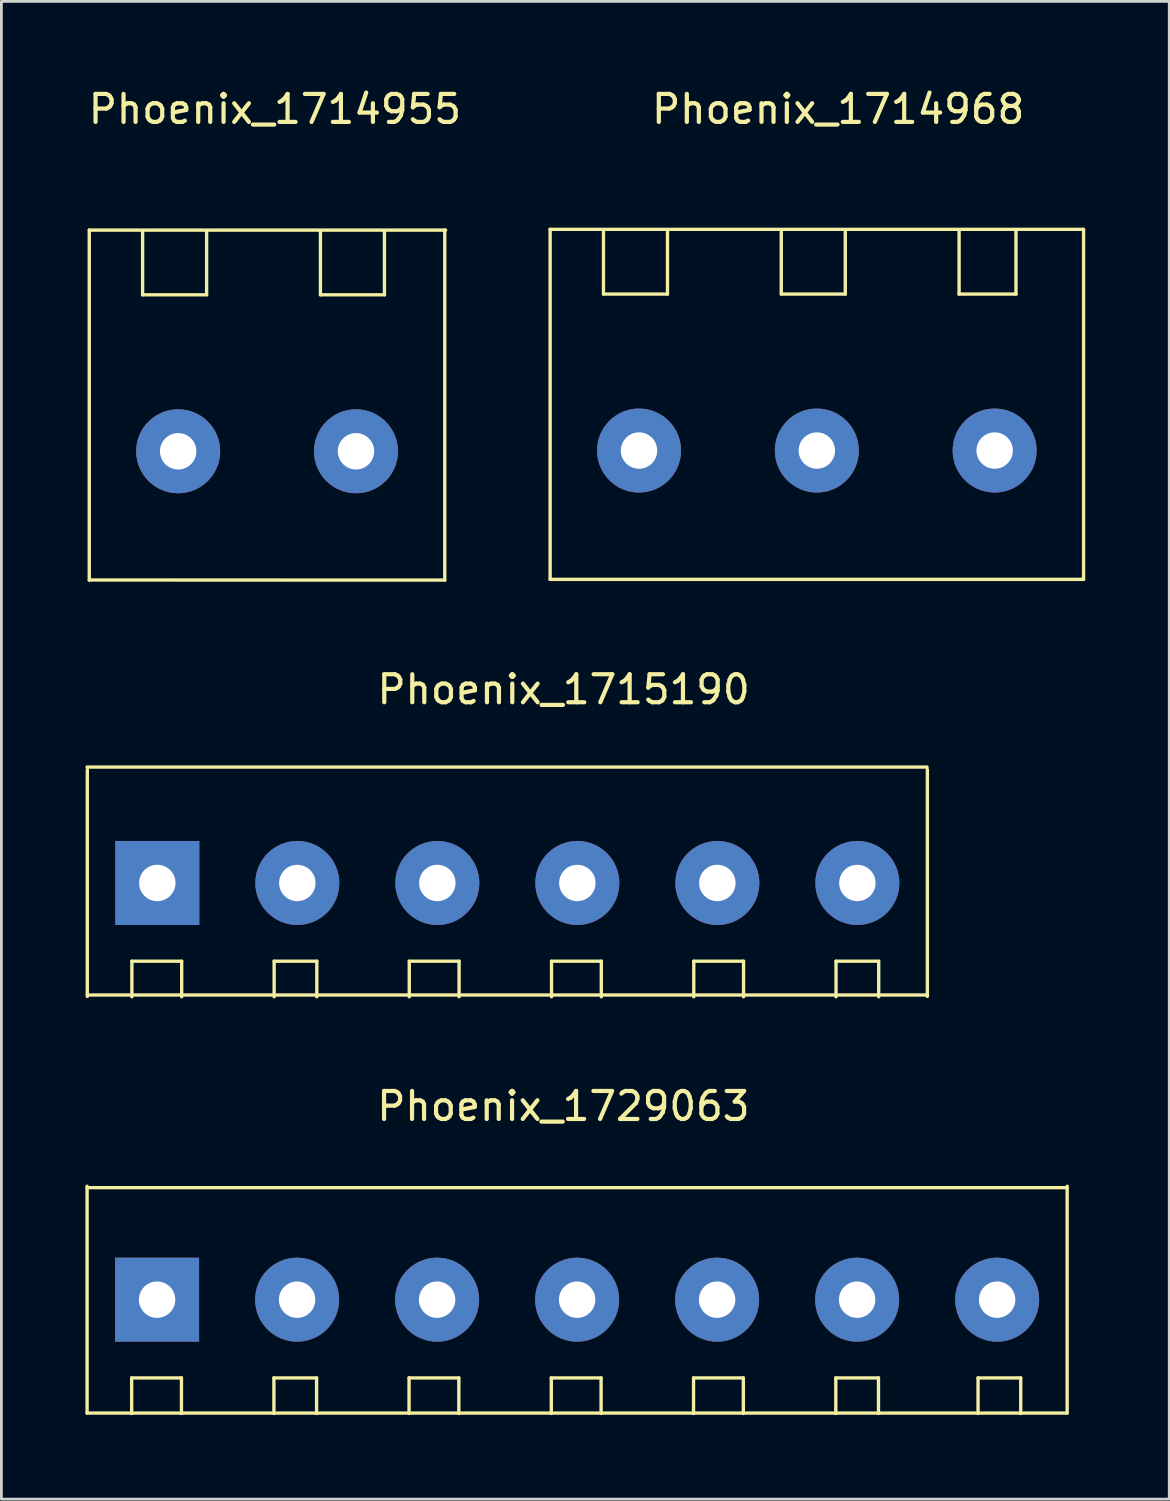
<source format=kicad_pcb>
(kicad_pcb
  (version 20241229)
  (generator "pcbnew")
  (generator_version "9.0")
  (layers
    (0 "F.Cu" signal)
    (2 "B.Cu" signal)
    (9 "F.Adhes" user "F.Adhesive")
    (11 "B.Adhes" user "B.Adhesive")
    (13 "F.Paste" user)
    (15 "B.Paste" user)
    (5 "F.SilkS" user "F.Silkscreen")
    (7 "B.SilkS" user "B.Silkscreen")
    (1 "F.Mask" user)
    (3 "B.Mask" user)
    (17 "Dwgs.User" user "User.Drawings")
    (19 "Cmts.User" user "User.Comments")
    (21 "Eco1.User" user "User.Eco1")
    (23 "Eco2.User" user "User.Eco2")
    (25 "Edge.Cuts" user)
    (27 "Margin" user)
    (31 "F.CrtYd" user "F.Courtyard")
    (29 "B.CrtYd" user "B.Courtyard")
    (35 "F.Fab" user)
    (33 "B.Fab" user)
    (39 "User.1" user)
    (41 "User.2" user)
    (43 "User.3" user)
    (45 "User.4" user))
  (footprint "Phoenix_1729063"
    (layer "F.Cu")
    (at 27.56 43.364)
    (property "Reference" "Phoenix_1729063" (at -10.49 -6.909 0) (layer "F.SilkS") (effects (font (size 1 1) (thickness 0.15))))
    (attr through_hole)
    (fp_line (start -27.5 -4) (end 7.5 -4) (stroke (width 0.12) (type solid)) (layer "F.SilkS"))
    (fp_line (start -27.5 4.05) (end -27.5 -4.05) (stroke (width 0.12) (type solid)) (layer "F.SilkS"))
    (fp_line (start -27.5 4.05) (end 7.5 4.05) (stroke (width 0.12) (type solid)) (layer "F.SilkS"))
    (fp_line (start -25.908 2.794) (end -24.13 2.794) (stroke (width 0.12) (type solid)) (layer "F.SilkS"))
    (fp_line (start -25.908 4.064) (end -25.908 2.794) (stroke (width 0.12) (type solid)) (layer "F.SilkS"))
    (fp_line (start -24.13 2.794) (end -24.13 4.064) (stroke (width 0.12) (type solid)) (layer "F.SilkS"))
    (fp_line (start -20.828 2.794) (end -19.304 2.794) (stroke (width 0.12) (type solid)) (layer "F.SilkS"))
    (fp_line (start -20.828 4.064) (end -20.828 2.794) (stroke (width 0.12) (type solid)) (layer "F.SilkS"))
    (fp_line (start -19.304 2.794) (end -19.304 4.064) (stroke (width 0.12) (type solid)) (layer "F.SilkS"))
    (fp_line (start -16.002 2.794) (end -14.224 2.794) (stroke (width 0.12) (type solid)) (layer "F.SilkS"))
    (fp_line (start -16.002 4.064) (end -16.002 2.794) (stroke (width 0.12) (type solid)) (layer "F.SilkS"))
    (fp_line (start -14.224 2.794) (end -14.224 4.064) (stroke (width 0.12) (type solid)) (layer "F.SilkS"))
    (fp_line (start -10.922 2.794) (end -9.144 2.794) (stroke (width 0.12) (type solid)) (layer "F.SilkS"))
    (fp_line (start -10.922 4.064) (end -10.922 2.794) (stroke (width 0.12) (type solid)) (layer "F.SilkS"))
    (fp_line (start -9.144 2.794) (end -9.144 4.064) (stroke (width 0.12) (type solid)) (layer "F.SilkS"))
    (fp_line (start -5.842 2.794) (end -4.064 2.794) (stroke (width 0.12) (type solid)) (layer "F.SilkS"))
    (fp_line (start -5.842 4.064) (end -5.842 2.794) (stroke (width 0.12) (type solid)) (layer "F.SilkS"))
    (fp_line (start -4.064 2.794) (end -4.064 4.064) (stroke (width 0.12) (type solid)) (layer "F.SilkS"))
    (fp_line (start -0.762 2.794) (end 0.762 2.794) (stroke (width 0.12) (type solid)) (layer "F.SilkS"))
    (fp_line (start -0.762 4.064) (end -0.762 2.794) (stroke (width 0.12) (type solid)) (layer "F.SilkS"))
    (fp_line (start 0.762 2.794) (end 0.762 4.064) (stroke (width 0.12) (type solid)) (layer "F.SilkS"))
    (fp_line (start 4.318 2.794) (end 5.842 2.794) (stroke (width 0.12) (type solid)) (layer "F.SilkS"))
    (fp_line (start 4.318 4.064) (end 4.318 2.794) (stroke (width 0.12) (type solid)) (layer "F.SilkS"))
    (fp_line (start 5.842 2.794) (end 5.842 4.064) (stroke (width 0.12) (type solid)) (layer "F.SilkS"))
    (fp_line (start 7.5 -4.05) (end 7.5 4.05) (stroke (width 0.12) (type solid)) (layer "F.SilkS"))
    (pad "1" thru_hole rect (at -25 0) (size 3 3) (drill 1.3) (layers "*.Cu" "*.Mask"))
    (pad "2" thru_hole circle (at -20 0) (size 3 3) (drill 1.3) (layers "*.Cu" "*.Mask"))
    (pad "3" thru_hole circle (at -15 0) (size 3 3) (drill 1.3) (layers "*.Cu" "*.Mask"))
    (pad "4" thru_hole circle (at -10 0) (size 3 3) (drill 1.3) (layers "*.Cu" "*.Mask"))
    (pad "5" thru_hole circle (at -5 0) (size 3 3) (drill 1.3) (layers "*.Cu" "*.Mask"))
    (pad "6" thru_hole circle (at 0 0) (size 3 3) (drill 1.3) (layers "*.Cu" "*.Mask"))
    (pad "7" thru_hole circle (at 5 0) (size 3 3) (drill 1.3) (layers "*.Cu" "*.Mask")))
  (footprint "Phoenix_1714955"
    (layer "F.Cu")
    (at 9.663 13.066)
    (property "Reference" "Phoenix_1714955" (at -2.896 -12.217 0) (layer "F.SilkS") (effects (font (size 1 1) (thickness 0.15))))
    (attr through_hole)
    (fp_line (start -9.525 -7.899) (end 3.2 -7.899) (stroke (width 0.12) (type solid)) (layer "F.SilkS"))
    (fp_line (start -9.525 4.597) (end 3.17 4.6) (stroke (width 0.12) (type solid)) (layer "F.SilkS"))
    (fp_line (start -9.525 4.6) (end -9.525 -7.9) (stroke (width 0.12) (type solid)) (layer "F.SilkS"))
    (fp_line (start -7.62 -7.874) (end -7.62 -5.588) (stroke (width 0.12) (type solid)) (layer "F.SilkS"))
    (fp_line (start -7.62 -5.588) (end -5.334 -5.588) (stroke (width 0.12) (type solid)) (layer "F.SilkS"))
    (fp_line (start -5.334 -5.588) (end -5.334 -7.874) (stroke (width 0.12) (type solid)) (layer "F.SilkS"))
    (fp_line (start -1.27 -7.874) (end -1.27 -5.588) (stroke (width 0.12) (type solid)) (layer "F.SilkS"))
    (fp_line (start -1.27 -5.588) (end 1.016 -5.588) (stroke (width 0.12) (type solid)) (layer "F.SilkS"))
    (fp_line (start 1.016 -5.588) (end 1.016 -7.874) (stroke (width 0.12) (type solid)) (layer "F.SilkS"))
    (fp_line (start 3.17 -7.9) (end 3.17 4.6) (stroke (width 0.12) (type solid)) (layer "F.SilkS"))
    (pad "1" thru_hole circle (at -6.35 0) (size 3 3) (drill 1.3) (layers "*.Cu" "*.Mask"))
    (pad "2" thru_hole circle (at 0 0) (size 3 3) (drill 1.3) (layers "*.Cu" "*.Mask")))
  (footprint "Phoenix_1714968"
    (layer "F.Cu")
    (at 26.121 13.04)
    (property "Reference" "Phoenix_1714968" (at 0.762 -12.192 0) (layer "F.SilkS") (effects (font (size 1 1) (thickness 0.15))))
    (attr through_hole)
    (fp_line (start -9.525 -7.9) (end 9.525 -7.9) (stroke (width 0.12) (type solid)) (layer "F.SilkS"))
    (fp_line (start -9.525 4.6) (end -9.525 -7.9) (stroke (width 0.12) (type solid)) (layer "F.SilkS"))
    (fp_line (start -9.525 4.6) (end 9.525 4.6) (stroke (width 0.12) (type solid)) (layer "F.SilkS"))
    (fp_line (start -7.62 -7.874) (end -7.62 -5.588) (stroke (width 0.12) (type solid)) (layer "F.SilkS"))
    (fp_line (start -7.62 -5.588) (end -5.334 -5.588) (stroke (width 0.12) (type solid)) (layer "F.SilkS"))
    (fp_line (start -5.334 -5.588) (end -5.334 -7.874) (stroke (width 0.12) (type solid)) (layer "F.SilkS"))
    (fp_line (start -1.27 -7.874) (end -1.27 -5.588) (stroke (width 0.12) (type solid)) (layer "F.SilkS"))
    (fp_line (start -1.27 -5.588) (end 1.016 -5.588) (stroke (width 0.12) (type solid)) (layer "F.SilkS"))
    (fp_line (start 1.016 -5.588) (end 1.016 -7.874) (stroke (width 0.12) (type solid)) (layer "F.SilkS"))
    (fp_line (start 5.08 -7.874) (end 5.08 -5.588) (stroke (width 0.12) (type solid)) (layer "F.SilkS"))
    (fp_line (start 5.08 -5.588) (end 7.112 -5.588) (stroke (width 0.12) (type solid)) (layer "F.SilkS"))
    (fp_line (start 7.112 -5.588) (end 7.112 -7.874) (stroke (width 0.12) (type solid)) (layer "F.SilkS"))
    (fp_line (start 9.525 -7.9) (end 9.525 4.6) (stroke (width 0.12) (type solid)) (layer "F.SilkS"))
    (pad "1" thru_hole circle (at -6.35 0) (size 3 3) (drill 1.3) (layers "*.Cu" "*.Mask"))
    (pad "2" thru_hole circle (at 0 0) (size 3 3) (drill 1.3) (layers "*.Cu" "*.Mask"))
    (pad "3" thru_hole circle (at 6.35 0) (size 3 3) (drill 1.3) (layers "*.Cu" "*.Mask")))
  (footprint "Phoenix_1715190"
    (layer "F.Cu")
    (at 27.568 28.483)
    (property "Reference" "Phoenix_1715190" (at -10.49 -6.909 0) (layer "F.SilkS") (effects (font (size 1 1) (thickness 0.15))))
    (attr through_hole)
    (fp_line (start -27.508 -4.14) (end 2.489 -4.14) (stroke (width 0.12) (type solid)) (layer "F.SilkS"))
    (fp_line (start -27.5 4) (end 2.5 4) (stroke (width 0.12) (type solid)) (layer "F.SilkS"))
    (fp_line (start -27.5 4.05) (end -27.5 -4.05) (stroke (width 0.12) (type solid)) (layer "F.SilkS"))
    (fp_line (start -25.908 2.794) (end -24.13 2.794) (stroke (width 0.12) (type solid)) (layer "F.SilkS"))
    (fp_line (start -25.908 4.064) (end -25.908 2.794) (stroke (width 0.12) (type solid)) (layer "F.SilkS"))
    (fp_line (start -24.13 2.794) (end -24.13 4.064) (stroke (width 0.12) (type solid)) (layer "F.SilkS"))
    (fp_line (start -20.828 2.794) (end -19.304 2.794) (stroke (width 0.12) (type solid)) (layer "F.SilkS"))
    (fp_line (start -20.828 4.064) (end -20.828 2.794) (stroke (width 0.12) (type solid)) (layer "F.SilkS"))
    (fp_line (start -19.304 2.794) (end -19.304 4.064) (stroke (width 0.12) (type solid)) (layer "F.SilkS"))
    (fp_line (start -16.002 2.794) (end -14.224 2.794) (stroke (width 0.12) (type solid)) (layer "F.SilkS"))
    (fp_line (start -16.002 4.064) (end -16.002 2.794) (stroke (width 0.12) (type solid)) (layer "F.SilkS"))
    (fp_line (start -14.224 2.794) (end -14.224 4.064) (stroke (width 0.12) (type solid)) (layer "F.SilkS"))
    (fp_line (start -10.922 2.794) (end -9.144 2.794) (stroke (width 0.12) (type solid)) (layer "F.SilkS"))
    (fp_line (start -10.922 4.064) (end -10.922 2.794) (stroke (width 0.12) (type solid)) (layer "F.SilkS"))
    (fp_line (start -9.144 2.794) (end -9.144 4.064) (stroke (width 0.12) (type solid)) (layer "F.SilkS"))
    (fp_line (start -5.842 2.794) (end -4.064 2.794) (stroke (width 0.12) (type solid)) (layer "F.SilkS"))
    (fp_line (start -5.842 4.064) (end -5.842 2.794) (stroke (width 0.12) (type solid)) (layer "F.SilkS"))
    (fp_line (start -4.064 2.794) (end -4.064 4.064) (stroke (width 0.12) (type solid)) (layer "F.SilkS"))
    (fp_line (start -0.762 2.794) (end 0.762 2.794) (stroke (width 0.12) (type solid)) (layer "F.SilkS"))
    (fp_line (start -0.762 4.064) (end -0.762 2.794) (stroke (width 0.12) (type solid)) (layer "F.SilkS"))
    (fp_line (start 0.762 2.794) (end 0.762 4.064) (stroke (width 0.12) (type solid)) (layer "F.SilkS"))
    (fp_line (start 2.5 -4.05) (end 2.5 4.05) (stroke (width 0.12) (type solid)) (layer "F.SilkS"))
    (pad "1" thru_hole rect (at -25 0) (size 3 3) (drill 1.3) (layers "*.Cu" "*.Mask"))
    (pad "2" thru_hole circle (at -20 0) (size 3 3) (drill 1.3) (layers "*.Cu" "*.Mask"))
    (pad "3" thru_hole circle (at -15 0) (size 3 3) (drill 1.3) (layers "*.Cu" "*.Mask"))
    (pad "4" thru_hole circle (at -10 0) (size 3 3) (drill 1.3) (layers "*.Cu" "*.Mask"))
    (pad "5" thru_hole circle (at -5 0) (size 3 3) (drill 1.3) (layers "*.Cu" "*.Mask"))
    (pad "6" thru_hole circle (at 0 0) (size 3 3) (drill 1.3) (layers "*.Cu" "*.Mask")))
  (gr_rect
    (start -3 -3)
    (end 38.706 50.488)
    (stroke (width 0.1) (type default))
    (fill no)
    (layer "Edge.Cuts")))
</source>
